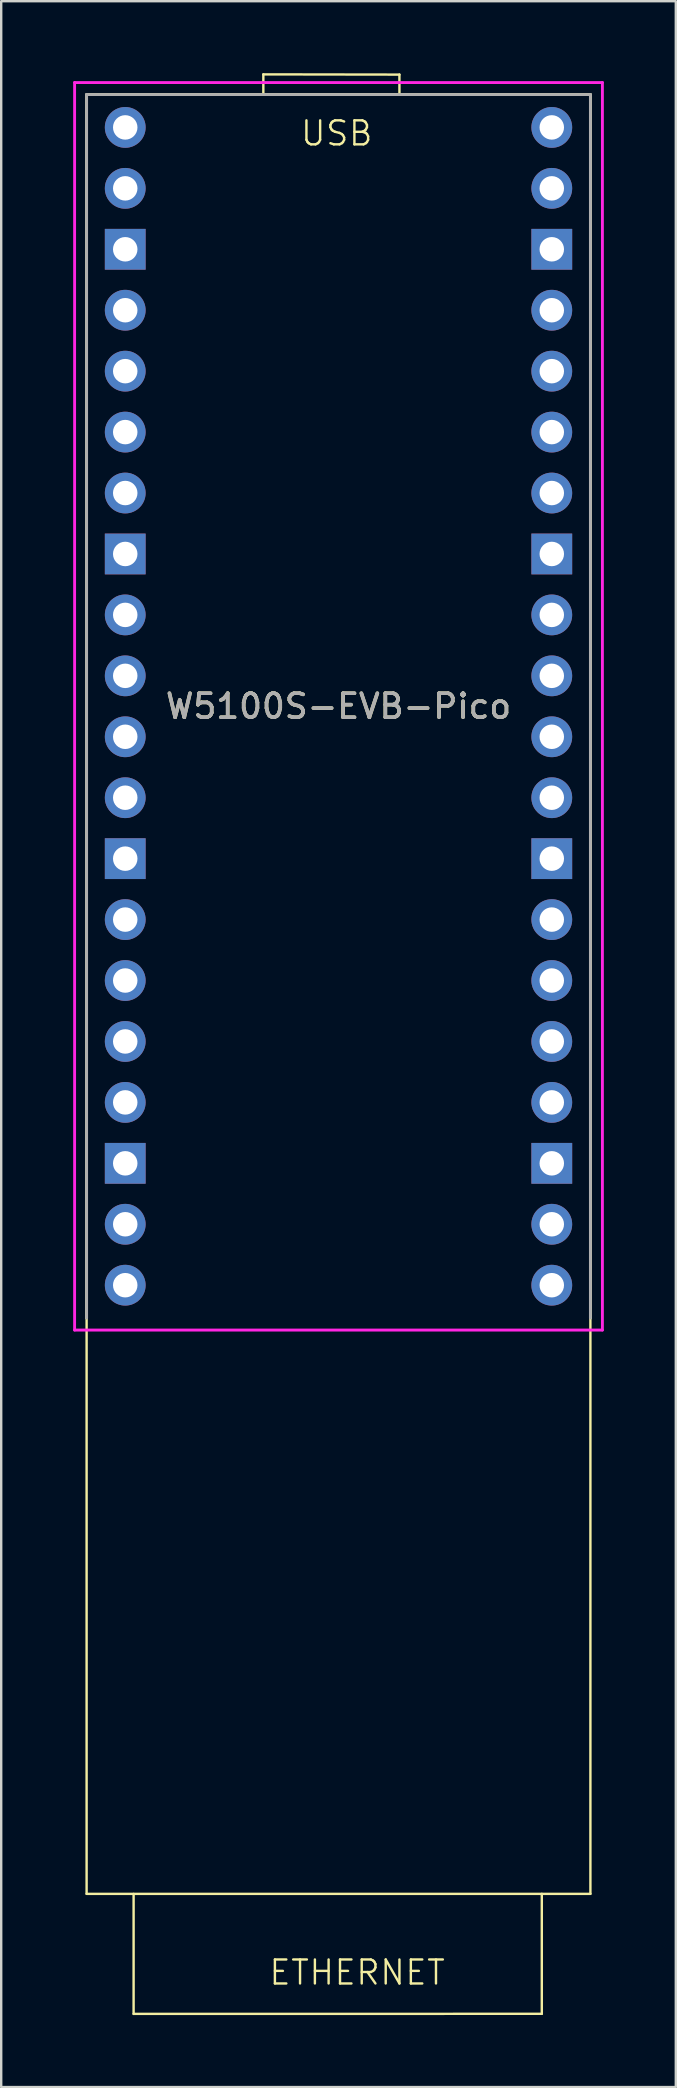
<source format=kicad_pcb>
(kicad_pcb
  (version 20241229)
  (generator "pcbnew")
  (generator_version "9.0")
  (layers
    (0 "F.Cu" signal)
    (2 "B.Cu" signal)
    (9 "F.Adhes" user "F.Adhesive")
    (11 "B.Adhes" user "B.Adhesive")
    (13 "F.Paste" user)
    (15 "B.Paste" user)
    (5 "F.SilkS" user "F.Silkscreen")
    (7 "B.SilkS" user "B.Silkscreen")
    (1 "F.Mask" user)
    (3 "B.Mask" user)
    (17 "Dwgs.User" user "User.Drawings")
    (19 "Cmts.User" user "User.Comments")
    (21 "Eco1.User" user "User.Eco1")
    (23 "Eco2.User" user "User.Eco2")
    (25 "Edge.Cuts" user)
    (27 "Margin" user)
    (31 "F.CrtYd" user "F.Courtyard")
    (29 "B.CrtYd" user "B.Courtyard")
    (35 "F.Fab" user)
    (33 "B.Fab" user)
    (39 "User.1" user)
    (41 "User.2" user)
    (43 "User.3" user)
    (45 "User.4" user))
  (footprint "W5100S-EVB-Pico"
    (layer "F.Cu")
    (at 11.06 26.391)
    (property "Reference" "W5100S-EVB-Pico" (at 0 0 0) (layer "F.SilkS") (effects (font (size 1 1) (thickness 0.15))))
    (attr through_hole)
    (fp_line (start -10.5 -25.5) (end -10.5 25.5) (stroke (width 0.1) (type default)) (layer "F.SilkS"))
    (fp_line (start -10.5 -25.5) (end 10.5 -25.5) (stroke (width 0.12) (type solid)) (layer "F.SilkS"))
    (fp_line (start -10.5 49.5) (end -10.5 -25.5) (stroke (width 0.1) (type default)) (layer "F.SilkS"))
    (fp_line (start -10.5 49.5) (end 10.5 49.5) (stroke (width 0.1) (type default)) (layer "F.SilkS"))
    (fp_line (start -8.541 49.504) (end -8.541 54.504) (stroke (width 0.1) (type default)) (layer "F.SilkS"))
    (fp_line (start -8.541 54.504) (end 8.474 54.501) (stroke (width 0.1) (type default)) (layer "F.SilkS"))
    (fp_line (start -3.133 -26.341) (end 2.539 -26.332) (stroke (width 0.1) (type default)) (layer "F.SilkS"))
    (fp_line (start -3.133 -25.5) (end -3.133 -26.341) (stroke (width 0.1) (type default)) (layer "F.SilkS"))
    (fp_line (start 2.539 -26.332) (end 2.54 -25.514) (stroke (width 0.1) (type default)) (layer "F.SilkS"))
    (fp_line (start 8.474 49.501) (end 8.474 54.501) (stroke (width 0.1) (type default)) (layer "F.SilkS"))
    (fp_line (start 10.5 -25.5) (end 10.5 25.5) (stroke (width 0.1) (type default)) (layer "F.SilkS"))
    (fp_line (start 10.5 49.5) (end 10.5 -25.5) (stroke (width 0.1) (type default)) (layer "F.SilkS"))
    (fp_line (start -11 -26) (end 11 -26) (stroke (width 0.12) (type solid)) (layer "F.CrtYd"))
    (fp_line (start -11 26) (end -11 -26) (stroke (width 0.12) (type solid)) (layer "F.CrtYd"))
    (fp_line (start 11 -26) (end 11 26) (stroke (width 0.12) (type solid)) (layer "F.CrtYd"))
    (fp_line (start 11 26) (end -11 26) (stroke (width 0.12) (type solid)) (layer "F.CrtYd"))
    (fp_line (start -10.5 -25.5) (end 10.5 -25.5) (stroke (width 0.12) (type solid)) (layer "F.Fab"))
    (fp_line (start -10.5 25.5) (end -10.5 -25.5) (stroke (width 0.12) (type solid)) (layer "F.Fab"))
    (fp_line (start 10.5 -25.5) (end 10.5 25.5) (stroke (width 0.12) (type solid)) (layer "F.Fab"))
    (fp_text user "USB" (at -1.641 -23.297 0) (unlocked yes) (layer "F.SilkS") (effects (font (size 1 1) (thickness 0.1)) (justify left bottom)))
    (fp_text user "ETHERNET" (at -2.955 53.363 0) (unlocked yes) (layer "F.SilkS") (effects (font (size 1 1) (thickness 0.1)) (justify left bottom)))
    (fp_text user "${REFERENCE}" (at 0 0 180) (layer "F.Fab") (effects (font (size 1 1) (thickness 0.15))))
    (pad "1" thru_hole oval (at -8.89 -24.13) (size 1.7 1.7) (drill 1.02) (layers "*.Cu" "*.Mask"))
    (pad "2" thru_hole oval (at -8.89 -21.59) (size 1.7 1.7) (drill 1.02) (layers "*.Cu" "*.Mask"))
    (pad "3" thru_hole rect (at -8.89 -19.05) (size 1.7 1.7) (drill 1.02) (layers "*.Cu" "*.Mask"))
    (pad "4" thru_hole oval (at -8.89 -16.51) (size 1.7 1.7) (drill 1.02) (layers "*.Cu" "*.Mask"))
    (pad "5" thru_hole oval (at -8.89 -13.97) (size 1.7 1.7) (drill 1.02) (layers "*.Cu" "*.Mask"))
    (pad "6" thru_hole oval (at -8.89 -11.43) (size 1.7 1.7) (drill 1.02) (layers "*.Cu" "*.Mask"))
    (pad "7" thru_hole oval (at -8.89 -8.89) (size 1.7 1.7) (drill 1.02) (layers "*.Cu" "*.Mask"))
    (pad "8" thru_hole rect (at -8.89 -6.35) (size 1.7 1.7) (drill 1.02) (layers "*.Cu" "*.Mask"))
    (pad "9" thru_hole oval (at -8.89 -3.81) (size 1.7 1.7) (drill 1.02) (layers "*.Cu" "*.Mask"))
    (pad "10" thru_hole oval (at -8.89 -1.27) (size 1.7 1.7) (drill 1.02) (layers "*.Cu" "*.Mask"))
    (pad "11" thru_hole oval (at -8.89 1.27) (size 1.7 1.7) (drill 1.02) (layers "*.Cu" "*.Mask"))
    (pad "12" thru_hole oval (at -8.89 3.81) (size 1.7 1.7) (drill 1.02) (layers "*.Cu" "*.Mask"))
    (pad "13" thru_hole rect (at -8.89 6.35) (size 1.7 1.7) (drill 1.02) (layers "*.Cu" "*.Mask"))
    (pad "14" thru_hole oval (at -8.89 8.89) (size 1.7 1.7) (drill 1.02) (layers "*.Cu" "*.Mask"))
    (pad "15" thru_hole oval (at -8.89 11.43) (size 1.7 1.7) (drill 1.02) (layers "*.Cu" "*.Mask"))
    (pad "16" thru_hole oval (at -8.89 13.97) (size 1.7 1.7) (drill 1.02) (layers "*.Cu" "*.Mask"))
    (pad "17" thru_hole oval (at -8.89 16.51) (size 1.7 1.7) (drill 1.02) (layers "*.Cu" "*.Mask"))
    (pad "18" thru_hole rect (at -8.89 19.05) (size 1.7 1.7) (drill 1.02) (layers "*.Cu" "*.Mask"))
    (pad "19" thru_hole oval (at -8.89 21.59) (size 1.7 1.7) (drill 1.02) (layers "*.Cu" "*.Mask"))
    (pad "20" thru_hole oval (at -8.89 24.13) (size 1.7 1.7) (drill 1.02) (layers "*.Cu" "*.Mask"))
    (pad "21" thru_hole oval (at 8.89 24.13) (size 1.7 1.7) (drill 1.02) (layers "*.Cu" "*.Mask"))
    (pad "22" thru_hole oval (at 8.89 21.59) (size 1.7 1.7) (drill 1.02) (layers "*.Cu" "*.Mask"))
    (pad "23" thru_hole rect (at 8.89 19.05) (size 1.7 1.7) (drill 1.02) (layers "*.Cu" "*.Mask"))
    (pad "24" thru_hole oval (at 8.89 16.51) (size 1.7 1.7) (drill 1.02) (layers "*.Cu" "*.Mask"))
    (pad "25" thru_hole oval (at 8.89 13.97) (size 1.7 1.7) (drill 1.02) (layers "*.Cu" "*.Mask"))
    (pad "26" thru_hole oval (at 8.89 11.43) (size 1.7 1.7) (drill 1.02) (layers "*.Cu" "*.Mask"))
    (pad "27" thru_hole oval (at 8.89 8.89) (size 1.7 1.7) (drill 1.02) (layers "*.Cu" "*.Mask"))
    (pad "28" thru_hole rect (at 8.89 6.35) (size 1.7 1.7) (drill 1.02) (layers "*.Cu" "*.Mask"))
    (pad "29" thru_hole oval (at 8.89 3.81) (size 1.7 1.7) (drill 1.02) (layers "*.Cu" "*.Mask"))
    (pad "30" thru_hole oval (at 8.89 1.27) (size 1.7 1.7) (drill 1.02) (layers "*.Cu" "*.Mask"))
    (pad "31" thru_hole oval (at 8.89 -1.27) (size 1.7 1.7) (drill 1.02) (layers "*.Cu" "*.Mask"))
    (pad "32" thru_hole oval (at 8.89 -3.81) (size 1.7 1.7) (drill 1.02) (layers "*.Cu" "*.Mask"))
    (pad "33" thru_hole rect (at 8.89 -6.35) (size 1.7 1.7) (drill 1.02) (layers "*.Cu" "*.Mask"))
    (pad "34" thru_hole oval (at 8.89 -8.89) (size 1.7 1.7) (drill 1.02) (layers "*.Cu" "*.Mask"))
    (pad "35" thru_hole oval (at 8.89 -11.43) (size 1.7 1.7) (drill 1.02) (layers "*.Cu" "*.Mask"))
    (pad "36" thru_hole oval (at 8.89 -13.97) (size 1.7 1.7) (drill 1.02) (layers "*.Cu" "*.Mask"))
    (pad "37" thru_hole oval (at 8.89 -16.51) (size 1.7 1.7) (drill 1.02) (layers "*.Cu" "*.Mask"))
    (pad "38" thru_hole rect (at 8.89 -19.05) (size 1.7 1.7) (drill 1.02) (layers "*.Cu" "*.Mask"))
    (pad "39" thru_hole oval (at 8.89 -21.59) (size 1.7 1.7) (drill 1.02) (layers "*.Cu" "*.Mask"))
    (pad "40" thru_hole oval (at 8.89 -24.13) (size 1.7 1.7) (drill 1.02) (layers "*.Cu" "*.Mask")))
  (gr_rect
    (start -3 -3)
    (end 25.12 83.945)
    (stroke (width 0.1) (type default))
    (fill no)
    (layer "Edge.Cuts")))
</source>
